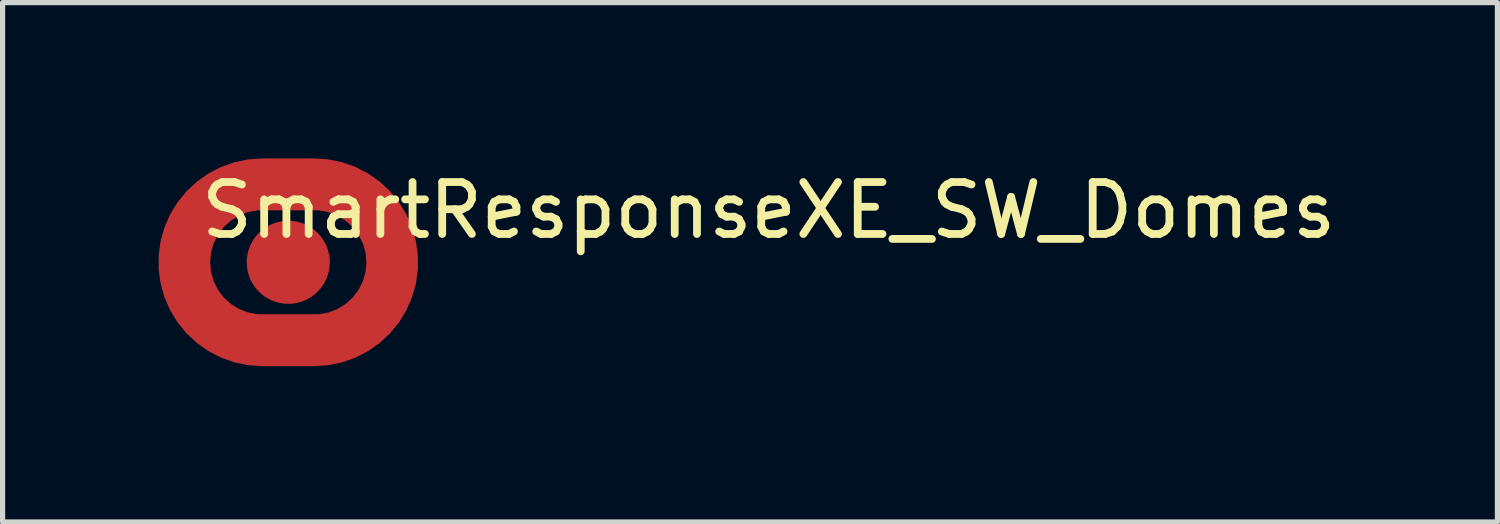
<source format=kicad_pcb>
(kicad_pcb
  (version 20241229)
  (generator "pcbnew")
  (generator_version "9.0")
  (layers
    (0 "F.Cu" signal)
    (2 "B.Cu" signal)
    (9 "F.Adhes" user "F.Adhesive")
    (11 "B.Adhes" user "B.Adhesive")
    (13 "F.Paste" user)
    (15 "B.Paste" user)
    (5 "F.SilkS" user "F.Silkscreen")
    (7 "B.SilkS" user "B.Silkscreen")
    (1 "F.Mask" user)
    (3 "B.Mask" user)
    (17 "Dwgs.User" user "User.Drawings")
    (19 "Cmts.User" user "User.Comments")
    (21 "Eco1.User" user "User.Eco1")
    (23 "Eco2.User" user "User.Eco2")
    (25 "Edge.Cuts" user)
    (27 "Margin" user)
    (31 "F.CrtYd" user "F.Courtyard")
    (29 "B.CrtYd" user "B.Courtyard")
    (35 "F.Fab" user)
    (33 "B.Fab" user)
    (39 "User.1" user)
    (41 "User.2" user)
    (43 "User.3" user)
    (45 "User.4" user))
  (footprint "SmartResponseXE_SW_Domes"
    (layer "F.Cu")
    (at 2.5 2)
    (property "Reference" "SmartResponseXE_SW_Domes" (at 9.25 -1 0) (layer "F.SilkS") (effects (font (size 1 1) (thickness 0.15))))
    (attr through_hole)
    (pad "1" smd circle (at 0 0) (size 1.6 1.6) (layers "F.Cu" "F.Mask" "F.Paste"))
    (pad "2" smd custom (at 0 1.5) (size 1 1) (layers "F.Cu" "F.Mask" "F.Paste") (options (anchor circle)) (primitives (gr_line (start -0.5 0) (end 0.5 0) (width 1)) (gr_line (start -0.5 -3) (end 0.5 -3) (width 1)) (gr_arc (start 0.5 -3) (mid 2 -1.5) (end 0.5 0) (width 1)) (gr_arc (start -0.5 0) (mid -2 -1.5) (end -0.5 -3) (width 1)))))
  (gr_rect
    (start -3 -3)
    (end 25.78 7)
    (stroke (width 0.1) (type default))
    (fill no)
    (layer "Edge.Cuts")))
</source>
